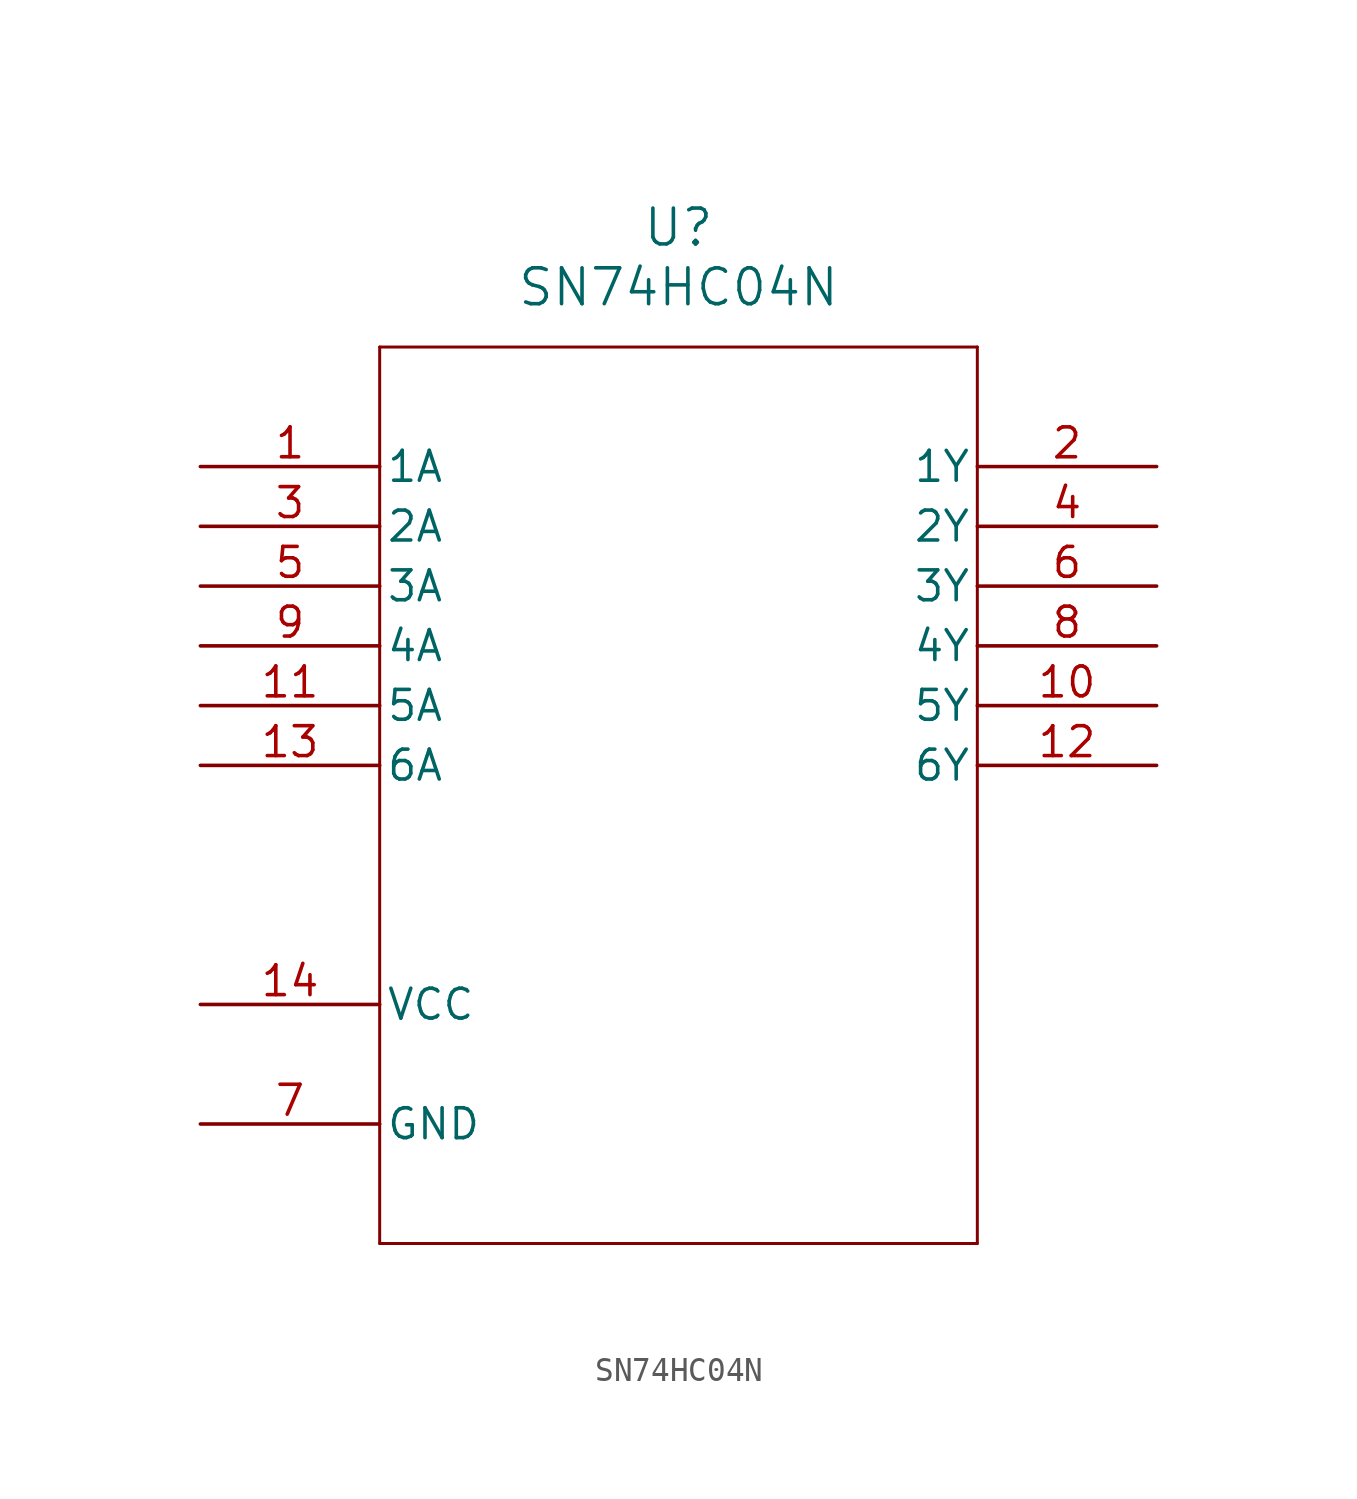
<source format=kicad_sym>
(kicad_symbol_lib
  (version 20211014)
  (generator kicad_symbol_editor)
  (symbol "SN74HC04N"
    (pin_names
      (offset 0.254))
    (property "Reference" "U"
      (at 20.32 10.16 0)
      (effects (font (size 1.524 1.524))))
    (property "Value" "SN74HC04N"
      (at 20.32 7.62 0)
      (effects (font (size 1.524 1.524))))
    (symbol "SN74HC04N_0_1"
      (polyline (pts (xy 7.62 5.08) (xy 7.62 -33.02)) (stroke (width 0.127) (type default) (color 0 0 0 0)) (fill (type none)))
      (polyline (pts (xy 7.62 -33.02) (xy 33.02 -33.02)) (stroke (width 0.127) (type default) (color 0 0 0 0)) (fill (type none)))
      (polyline (pts (xy 33.02 -33.02) (xy 33.02 5.08)) (stroke (width 0.127) (type default) (color 0 0 0 0)) (fill (type none)))
      (polyline (pts (xy 33.02 5.08) (xy 7.62 5.08)) (stroke (width 0.127) (type default) (color 0 0 0 0)) (fill (type none)))
      (pin input line (at 0 0 0) (length 7.62) (name "1A" (effects (font (size 1.27 1.27)))) (number "1" (effects (font (size 1.27 1.27)))))
      (pin output line (at 40.64 0 180) (length 7.62) (name "1Y" (effects (font (size 1.27 1.27)))) (number "2" (effects (font (size 1.27 1.27)))))
      (pin input line (at 0 -2.54 0) (length 7.62) (name "2A" (effects (font (size 1.27 1.27)))) (number "3" (effects (font (size 1.27 1.27)))))
      (pin output line (at 40.64 -2.54 180) (length 7.62) (name "2Y" (effects (font (size 1.27 1.27)))) (number "4" (effects (font (size 1.27 1.27)))))
      (pin input line (at 0 -5.08 0) (length 7.62) (name "3A" (effects (font (size 1.27 1.27)))) (number "5" (effects (font (size 1.27 1.27)))))
      (pin output line (at 40.64 -5.08 180) (length 7.62) (name "3Y" (effects (font (size 1.27 1.27)))) (number "6" (effects (font (size 1.27 1.27)))))
      (pin power_in line (at 0 -27.94 0) (length 7.62) (name "GND" (effects (font (size 1.27 1.27)))) (number "7" (effects (font (size 1.27 1.27)))))
      (pin output line (at 40.64 -7.62 180) (length 7.62) (name "4Y" (effects (font (size 1.27 1.27)))) (number "8" (effects (font (size 1.27 1.27)))))
      (pin input line (at 0 -7.62 0) (length 7.62) (name "4A" (effects (font (size 1.27 1.27)))) (number "9" (effects (font (size 1.27 1.27)))))
      (pin output line (at 40.64 -10.16 180) (length 7.62) (name "5Y" (effects (font (size 1.27 1.27)))) (number "10" (effects (font (size 1.27 1.27)))))
      (pin input line (at 0 -10.16 0) (length 7.62) (name "5A" (effects (font (size 1.27 1.27)))) (number "11" (effects (font (size 1.27 1.27)))))
      (pin output line (at 40.64 -12.7 180) (length 7.62) (name "6Y" (effects (font (size 1.27 1.27)))) (number "12" (effects (font (size 1.27 1.27)))))
      (pin input line (at 0 -12.7 0) (length 7.62) (name "6A" (effects (font (size 1.27 1.27)))) (number "13" (effects (font (size 1.27 1.27)))))
      (pin power_in line (at 0 -22.86 0) (length 7.62) (name "VCC" (effects (font (size 1.27 1.27)))) (number "14" (effects (font (size 1.27 1.27))))))))
</source>
